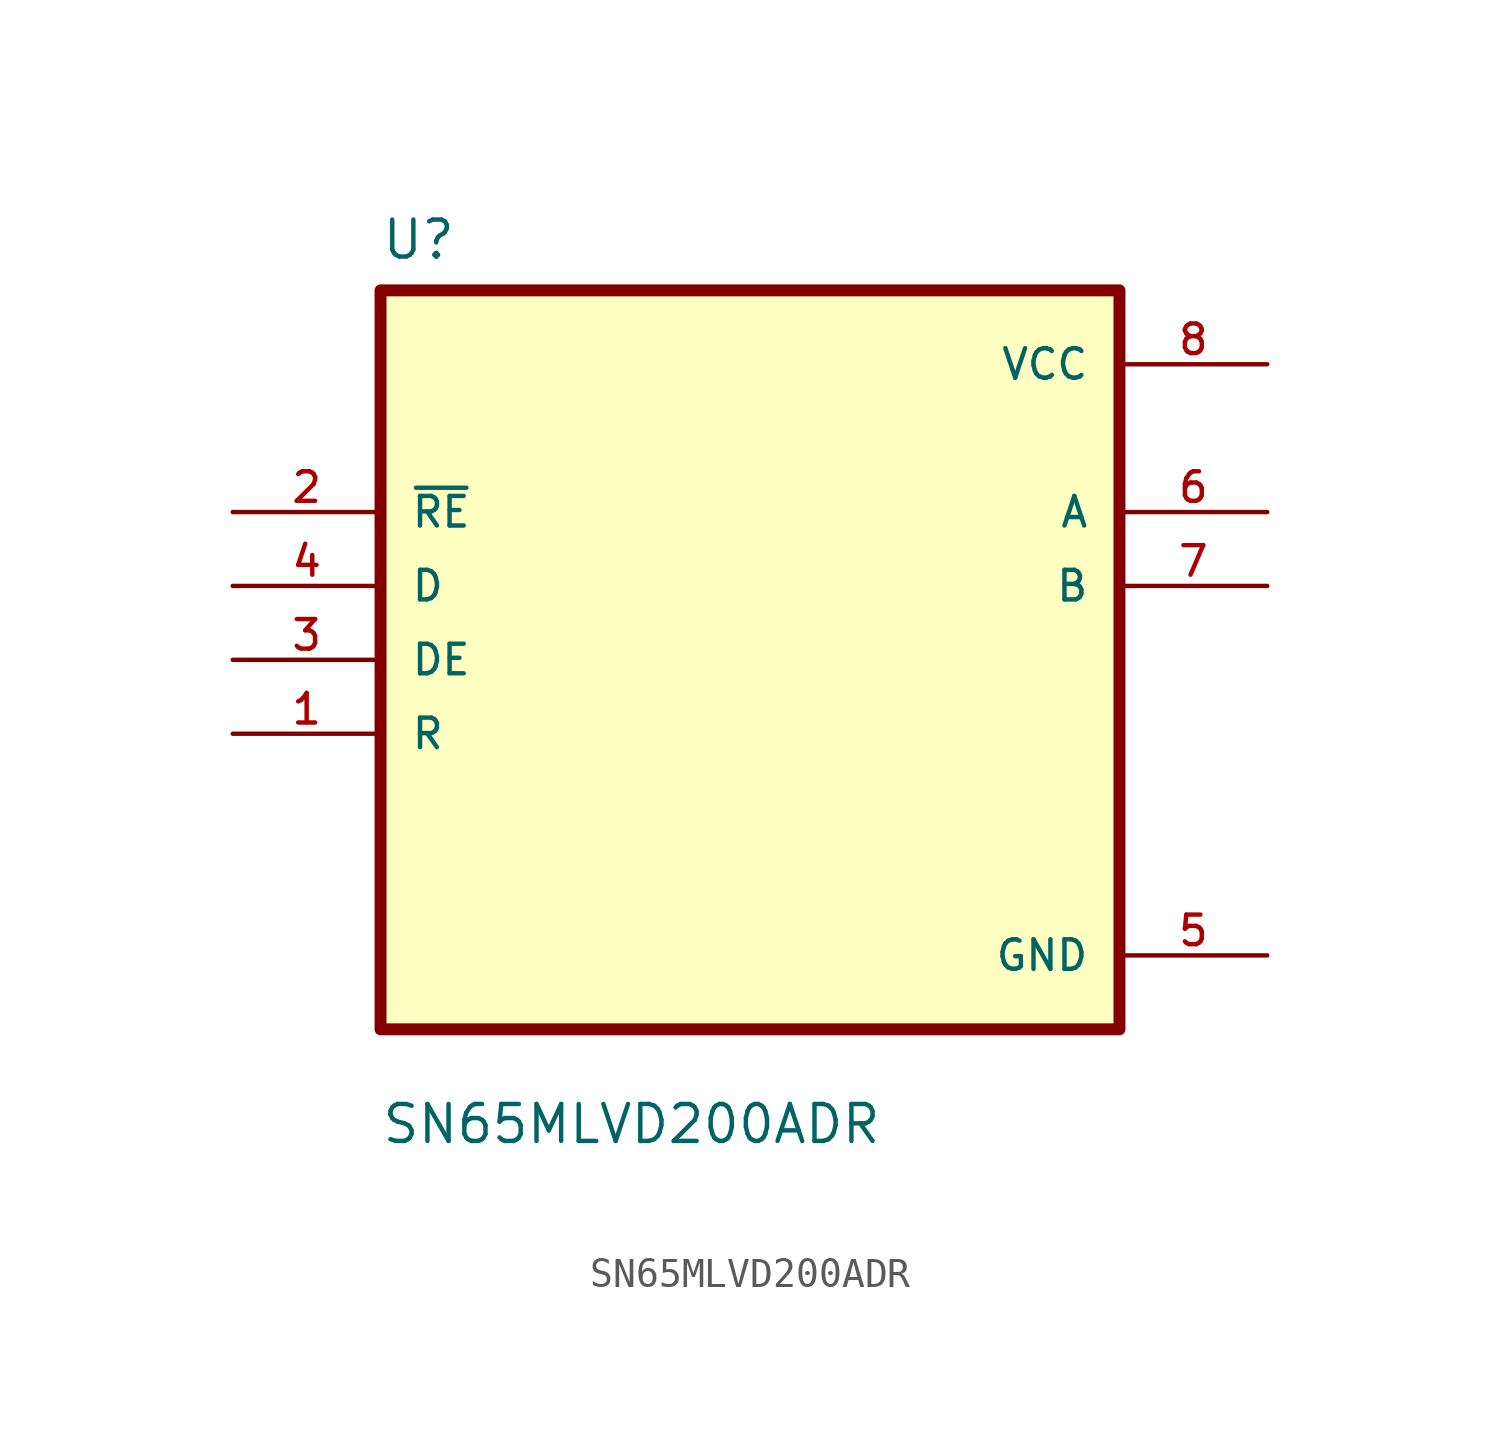
<source format=kicad_sym>
(kicad_symbol_lib
  (version 20211014)
  (generator kicad_symbol_editor)
  (symbol "SN65MLVD200ADR"
    (pin_names
      (offset 1.016))
    (property "Reference" "U"
      (at -12.7 13.7 0.0)
      (effects (font (size 1.27 1.27)) (justify bottom left)))
    (property "Value" "SN65MLVD200ADR"
      (at -12.7 -16.7 0.0)
      (effects (font (size 1.27 1.27)) (justify bottom left)))
    (symbol "SN65MLVD200ADR_0_0"
      (rectangle (start -12.7 -12.7) (end 12.7 12.7) (stroke (width 0.41)) (fill (type background)))
      (pin input line (at -17.78 5.08 0) (length 5.08) (name "~{RE}" (effects (font (size 1.016 1.016)))) (number "2" (effects (font (size 1.016 1.016)))))
      (pin input line (at -17.78 2.54 0) (length 5.08) (name "D" (effects (font (size 1.016 1.016)))) (number "4" (effects (font (size 1.016 1.016)))))
      (pin input line (at -17.78 -8.88178e-16 0) (length 5.08) (name "DE" (effects (font (size 1.016 1.016)))) (number "3" (effects (font (size 1.016 1.016)))))
      (pin input line (at -17.78 -2.54 0) (length 5.08) (name "R" (effects (font (size 1.016 1.016)))) (number "1" (effects (font (size 1.016 1.016)))))
      (pin power_in line (at 17.78 10.16 180.0) (length 5.08) (name "VCC" (effects (font (size 1.016 1.016)))) (number "8" (effects (font (size 1.016 1.016)))))
      (pin output line (at 17.78 5.08 180.0) (length 5.08) (name "A" (effects (font (size 1.016 1.016)))) (number "6" (effects (font (size 1.016 1.016)))))
      (pin output line (at 17.78 2.54 180.0) (length 5.08) (name "B" (effects (font (size 1.016 1.016)))) (number "7" (effects (font (size 1.016 1.016)))))
      (pin power_in line (at 17.78 -10.16 180.0) (length 5.08) (name "GND" (effects (font (size 1.016 1.016)))) (number "5" (effects (font (size 1.016 1.016))))))))
</source>
